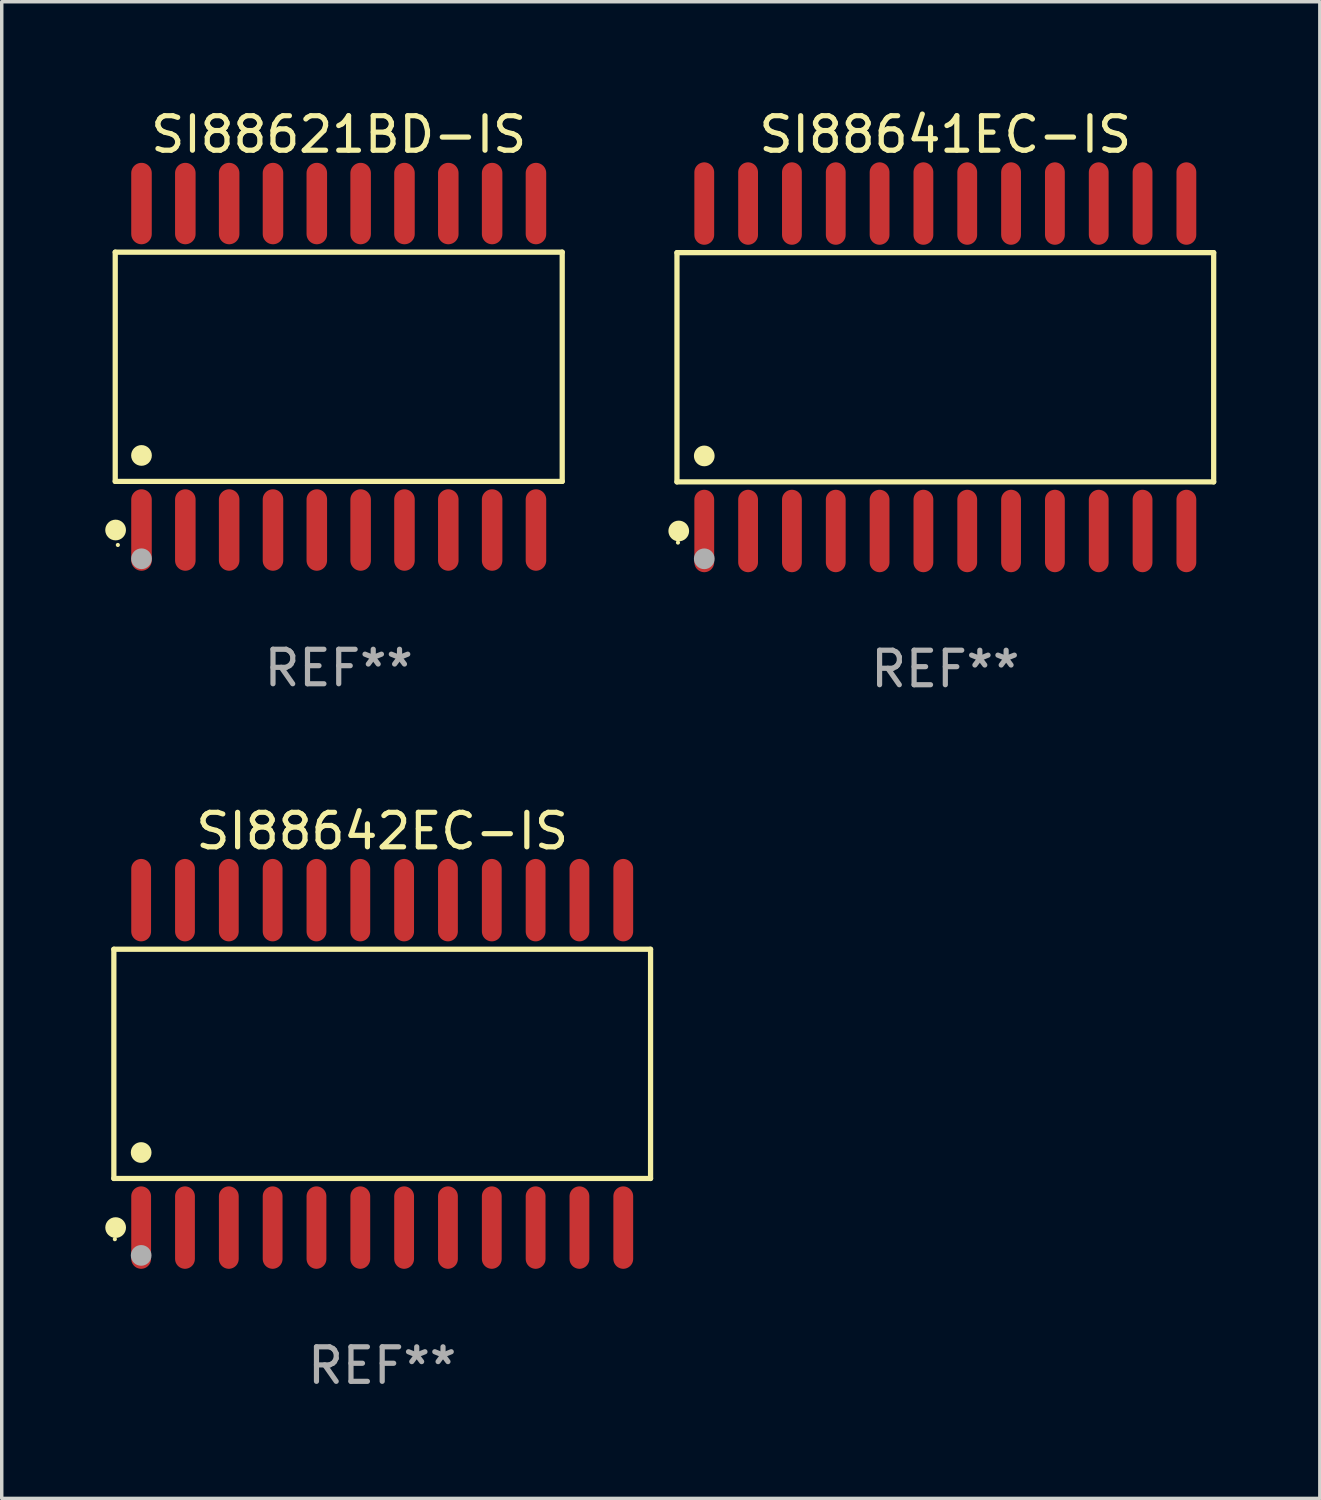
<source format=kicad_pcb>
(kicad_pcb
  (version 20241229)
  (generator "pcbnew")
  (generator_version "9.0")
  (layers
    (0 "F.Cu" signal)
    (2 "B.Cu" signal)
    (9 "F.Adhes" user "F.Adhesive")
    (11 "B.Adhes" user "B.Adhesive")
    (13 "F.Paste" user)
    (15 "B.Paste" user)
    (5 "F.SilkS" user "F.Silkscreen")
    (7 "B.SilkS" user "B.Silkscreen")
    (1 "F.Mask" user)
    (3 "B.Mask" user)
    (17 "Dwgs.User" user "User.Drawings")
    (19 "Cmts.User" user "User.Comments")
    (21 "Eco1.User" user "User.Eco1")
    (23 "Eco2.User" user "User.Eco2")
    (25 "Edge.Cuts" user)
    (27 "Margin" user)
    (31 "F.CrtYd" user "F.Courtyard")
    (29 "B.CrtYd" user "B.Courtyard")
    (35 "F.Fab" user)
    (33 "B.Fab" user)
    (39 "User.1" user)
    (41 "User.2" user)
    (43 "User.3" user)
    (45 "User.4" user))
  (footprint "SI88642EC-IS"
    (layer "F.Cu")
    (at 8.025 27.777)
    (property "Reference" "SI88642EC-IS" (at 0 -6.744 0) (layer "F.SilkS") (effects (font (size 1 1) (thickness 0.15))))
    (attr through_hole)
    (fp_line (start -7.776 -3.321) (end 7.776 -3.321) (stroke (width 0.152) (type solid)) (layer "F.SilkS"))
    (fp_line (start -7.776 3.321) (end -7.776 -3.321) (stroke (width 0.152) (type solid)) (layer "F.SilkS"))
    (fp_line (start 7.776 -3.321) (end 7.776 3.321) (stroke (width 0.152) (type solid)) (layer "F.SilkS"))
    (fp_line (start 7.776 3.321) (end -7.776 3.321) (stroke (width 0.152) (type solid)) (layer "F.SilkS"))
    (fp_circle (center -7.747 5.08) (end -7.717 5.08) (stroke (width 0.06) (type solid)) (fill no) (layer "F.SilkS"))
    (fp_circle (center -7.724 4.744) (end -7.574 4.744) (stroke (width 0.3) (type solid)) (fill no) (layer "F.SilkS"))
    (fp_circle (center -6.985 2.569) (end -6.835 2.569) (stroke (width 0.3) (type solid)) (fill no) (layer "F.SilkS"))
    (fp_circle (center -6.985 5.55) (end -6.835 5.55) (stroke (width 0.3) (type solid)) (fill no) (layer "F.Fab"))
    (fp_text user "REF**" (at 0 8.744 0) (layer "F.Fab") (effects (font (size 1 1) (thickness 0.15))))
    (pad "1" smd oval (at -6.985 4.744) (size 0.574 2.388) (layers "F.Cu" "F.Mask" "F.Paste"))
    (pad "2" smd oval (at -5.715 4.744) (size 0.574 2.388) (layers "F.Cu" "F.Mask" "F.Paste"))
    (pad "3" smd oval (at -4.445 4.744) (size 0.574 2.388) (layers "F.Cu" "F.Mask" "F.Paste"))
    (pad "4" smd oval (at -3.175 4.744) (size 0.574 2.388) (layers "F.Cu" "F.Mask" "F.Paste"))
    (pad "5" smd oval (at -1.905 4.744) (size 0.574 2.388) (layers "F.Cu" "F.Mask" "F.Paste"))
    (pad "6" smd oval (at -0.635 4.744) (size 0.574 2.388) (layers "F.Cu" "F.Mask" "F.Paste"))
    (pad "7" smd oval (at 0.635 4.744) (size 0.574 2.388) (layers "F.Cu" "F.Mask" "F.Paste"))
    (pad "8" smd oval (at 1.905 4.744) (size 0.574 2.388) (layers "F.Cu" "F.Mask" "F.Paste"))
    (pad "9" smd oval (at 3.175 4.744) (size 0.574 2.388) (layers "F.Cu" "F.Mask" "F.Paste"))
    (pad "10" smd oval (at 4.445 4.744) (size 0.574 2.388) (layers "F.Cu" "F.Mask" "F.Paste"))
    (pad "11" smd oval (at 5.715 4.744) (size 0.574 2.388) (layers "F.Cu" "F.Mask" "F.Paste"))
    (pad "12" smd oval (at 6.985 4.744) (size 0.574 2.388) (layers "F.Cu" "F.Mask" "F.Paste"))
    (pad "13" smd oval (at 6.985 -4.744) (size 0.574 2.388) (layers "F.Cu" "F.Mask" "F.Paste"))
    (pad "14" smd oval (at 5.715 -4.744) (size 0.574 2.388) (layers "F.Cu" "F.Mask" "F.Paste"))
    (pad "15" smd oval (at 4.445 -4.744) (size 0.574 2.388) (layers "F.Cu" "F.Mask" "F.Paste"))
    (pad "16" smd oval (at 3.175 -4.744) (size 0.574 2.388) (layers "F.Cu" "F.Mask" "F.Paste"))
    (pad "17" smd oval (at 1.905 -4.744) (size 0.574 2.388) (layers "F.Cu" "F.Mask" "F.Paste"))
    (pad "18" smd oval (at 0.635 -4.744) (size 0.574 2.388) (layers "F.Cu" "F.Mask" "F.Paste"))
    (pad "19" smd oval (at -0.635 -4.744) (size 0.574 2.388) (layers "F.Cu" "F.Mask" "F.Paste"))
    (pad "20" smd oval (at -1.905 -4.744) (size 0.574 2.388) (layers "F.Cu" "F.Mask" "F.Paste"))
    (pad "21" smd oval (at -3.175 -4.744) (size 0.574 2.388) (layers "F.Cu" "F.Mask" "F.Paste"))
    (pad "22" smd oval (at -4.445 -4.744) (size 0.574 2.388) (layers "F.Cu" "F.Mask" "F.Paste"))
    (pad "23" smd oval (at -5.715 -4.744) (size 0.574 2.388) (layers "F.Cu" "F.Mask" "F.Paste"))
    (pad "24" smd oval (at -6.985 -4.744) (size 0.574 2.388) (layers "F.Cu" "F.Mask" "F.Paste")))
  (footprint "SI88621BD-IS"
    (layer "F.Cu")
    (at 6.765 7.578)
    (property "Reference" "SI88621BD-IS" (at 0 -6.73 0) (layer "F.SilkS") (effects (font (size 1 1) (thickness 0.15))))
    (attr through_hole)
    (fp_line (start -6.476 -3.321) (end 6.476 -3.321) (stroke (width 0.152) (type solid)) (layer "F.SilkS"))
    (fp_line (start -6.476 3.321) (end -6.476 -3.321) (stroke (width 0.152) (type solid)) (layer "F.SilkS"))
    (fp_line (start 6.476 -3.321) (end 6.476 3.321) (stroke (width 0.152) (type solid)) (layer "F.SilkS"))
    (fp_line (start 6.476 3.321) (end -6.476 3.321) (stroke (width 0.152) (type solid)) (layer "F.SilkS"))
    (fp_circle (center -6.465 4.73) (end -6.315 4.73) (stroke (width 0.3) (type solid)) (fill no) (layer "F.SilkS"))
    (fp_circle (center -6.4 5.163) (end -6.37 5.163) (stroke (width 0.06) (type solid)) (fill no) (layer "F.SilkS"))
    (fp_circle (center -5.715 2.569) (end -5.565 2.569) (stroke (width 0.3) (type solid)) (fill no) (layer "F.SilkS"))
    (fp_circle (center -5.715 5.563) (end -5.565 5.563) (stroke (width 0.3) (type solid)) (fill no) (layer "F.Fab"))
    (fp_text user "REF**" (at 0 8.73 0) (layer "F.Fab") (effects (font (size 1 1) (thickness 0.15))))
    (pad "1" smd oval (at -5.715 4.73) (size 0.595 2.36) (layers "F.Cu" "F.Mask" "F.Paste"))
    (pad "2" smd oval (at -4.445 4.73) (size 0.595 2.36) (layers "F.Cu" "F.Mask" "F.Paste"))
    (pad "3" smd oval (at -3.175 4.73) (size 0.595 2.36) (layers "F.Cu" "F.Mask" "F.Paste"))
    (pad "4" smd oval (at -1.905 4.73) (size 0.595 2.36) (layers "F.Cu" "F.Mask" "F.Paste"))
    (pad "5" smd oval (at -0.635 4.73) (size 0.595 2.36) (layers "F.Cu" "F.Mask" "F.Paste"))
    (pad "6" smd oval (at 0.635 4.73) (size 0.595 2.36) (layers "F.Cu" "F.Mask" "F.Paste"))
    (pad "7" smd oval (at 1.905 4.73) (size 0.595 2.36) (layers "F.Cu" "F.Mask" "F.Paste"))
    (pad "8" smd oval (at 3.175 4.73) (size 0.595 2.36) (layers "F.Cu" "F.Mask" "F.Paste"))
    (pad "9" smd oval (at 4.445 4.73) (size 0.595 2.36) (layers "F.Cu" "F.Mask" "F.Paste"))
    (pad "10" smd oval (at 5.715 4.73) (size 0.595 2.36) (layers "F.Cu" "F.Mask" "F.Paste"))
    (pad "11" smd oval (at 5.715 -4.73) (size 0.595 2.36) (layers "F.Cu" "F.Mask" "F.Paste"))
    (pad "12" smd oval (at 4.445 -4.73) (size 0.595 2.36) (layers "F.Cu" "F.Mask" "F.Paste"))
    (pad "13" smd oval (at 3.175 -4.73) (size 0.595 2.36) (layers "F.Cu" "F.Mask" "F.Paste"))
    (pad "14" smd oval (at 1.905 -4.73) (size 0.595 2.36) (layers "F.Cu" "F.Mask" "F.Paste"))
    (pad "15" smd oval (at 0.635 -4.73) (size 0.595 2.36) (layers "F.Cu" "F.Mask" "F.Paste"))
    (pad "16" smd oval (at -0.635 -4.73) (size 0.595 2.36) (layers "F.Cu" "F.Mask" "F.Paste"))
    (pad "17" smd oval (at -1.905 -4.73) (size 0.595 2.36) (layers "F.Cu" "F.Mask" "F.Paste"))
    (pad "18" smd oval (at -3.175 -4.73) (size 0.595 2.36) (layers "F.Cu" "F.Mask" "F.Paste"))
    (pad "19" smd oval (at -4.445 -4.73) (size 0.595 2.36) (layers "F.Cu" "F.Mask" "F.Paste"))
    (pad "20" smd oval (at -5.715 -4.73) (size 0.595 2.36) (layers "F.Cu" "F.Mask" "F.Paste")))
  (footprint "SI88641EC-IS"
    (layer "F.Cu")
    (at 24.342 7.592)
    (property "Reference" "SI88641EC-IS" (at 0 -6.744 0) (layer "F.SilkS") (effects (font (size 1 1) (thickness 0.15))))
    (attr through_hole)
    (fp_line (start -7.776 -3.321) (end 7.776 -3.321) (stroke (width 0.152) (type solid)) (layer "F.SilkS"))
    (fp_line (start -7.776 3.321) (end -7.776 -3.321) (stroke (width 0.152) (type solid)) (layer "F.SilkS"))
    (fp_line (start 7.776 -3.321) (end 7.776 3.321) (stroke (width 0.152) (type solid)) (layer "F.SilkS"))
    (fp_line (start 7.776 3.321) (end -7.776 3.321) (stroke (width 0.152) (type solid)) (layer "F.SilkS"))
    (fp_circle (center -7.747 5.08) (end -7.717 5.08) (stroke (width 0.06) (type solid)) (fill no) (layer "F.SilkS"))
    (fp_circle (center -7.724 4.744) (end -7.574 4.744) (stroke (width 0.3) (type solid)) (fill no) (layer "F.SilkS"))
    (fp_circle (center -6.985 2.569) (end -6.835 2.569) (stroke (width 0.3) (type solid)) (fill no) (layer "F.SilkS"))
    (fp_circle (center -6.985 5.55) (end -6.835 5.55) (stroke (width 0.3) (type solid)) (fill no) (layer "F.Fab"))
    (fp_text user "REF**" (at 0 8.744 0) (layer "F.Fab") (effects (font (size 1 1) (thickness 0.15))))
    (pad "1" smd oval (at -6.985 4.744) (size 0.574 2.388) (layers "F.Cu" "F.Mask" "F.Paste"))
    (pad "2" smd oval (at -5.715 4.744) (size 0.574 2.388) (layers "F.Cu" "F.Mask" "F.Paste"))
    (pad "3" smd oval (at -4.445 4.744) (size 0.574 2.388) (layers "F.Cu" "F.Mask" "F.Paste"))
    (pad "4" smd oval (at -3.175 4.744) (size 0.574 2.388) (layers "F.Cu" "F.Mask" "F.Paste"))
    (pad "5" smd oval (at -1.905 4.744) (size 0.574 2.388) (layers "F.Cu" "F.Mask" "F.Paste"))
    (pad "6" smd oval (at -0.635 4.744) (size 0.574 2.388) (layers "F.Cu" "F.Mask" "F.Paste"))
    (pad "7" smd oval (at 0.635 4.744) (size 0.574 2.388) (layers "F.Cu" "F.Mask" "F.Paste"))
    (pad "8" smd oval (at 1.905 4.744) (size 0.574 2.388) (layers "F.Cu" "F.Mask" "F.Paste"))
    (pad "9" smd oval (at 3.175 4.744) (size 0.574 2.388) (layers "F.Cu" "F.Mask" "F.Paste"))
    (pad "10" smd oval (at 4.445 4.744) (size 0.574 2.388) (layers "F.Cu" "F.Mask" "F.Paste"))
    (pad "11" smd oval (at 5.715 4.744) (size 0.574 2.388) (layers "F.Cu" "F.Mask" "F.Paste"))
    (pad "12" smd oval (at 6.985 4.744) (size 0.574 2.388) (layers "F.Cu" "F.Mask" "F.Paste"))
    (pad "13" smd oval (at 6.985 -4.744) (size 0.574 2.388) (layers "F.Cu" "F.Mask" "F.Paste"))
    (pad "14" smd oval (at 5.715 -4.744) (size 0.574 2.388) (layers "F.Cu" "F.Mask" "F.Paste"))
    (pad "15" smd oval (at 4.445 -4.744) (size 0.574 2.388) (layers "F.Cu" "F.Mask" "F.Paste"))
    (pad "16" smd oval (at 3.175 -4.744) (size 0.574 2.388) (layers "F.Cu" "F.Mask" "F.Paste"))
    (pad "17" smd oval (at 1.905 -4.744) (size 0.574 2.388) (layers "F.Cu" "F.Mask" "F.Paste"))
    (pad "18" smd oval (at 0.635 -4.744) (size 0.574 2.388) (layers "F.Cu" "F.Mask" "F.Paste"))
    (pad "19" smd oval (at -0.635 -4.744) (size 0.574 2.388) (layers "F.Cu" "F.Mask" "F.Paste"))
    (pad "20" smd oval (at -1.905 -4.744) (size 0.574 2.388) (layers "F.Cu" "F.Mask" "F.Paste"))
    (pad "21" smd oval (at -3.175 -4.744) (size 0.574 2.388) (layers "F.Cu" "F.Mask" "F.Paste"))
    (pad "22" smd oval (at -4.445 -4.744) (size 0.574 2.388) (layers "F.Cu" "F.Mask" "F.Paste"))
    (pad "23" smd oval (at -5.715 -4.744) (size 0.574 2.388) (layers "F.Cu" "F.Mask" "F.Paste"))
    (pad "24" smd oval (at -6.985 -4.744) (size 0.574 2.388) (layers "F.Cu" "F.Mask" "F.Paste")))
  (gr_rect
    (start -3 -3)
    (end 35.194 40.369)
    (stroke (width 0.1) (type default))
    (fill no)
    (layer "Edge.Cuts")))
</source>
